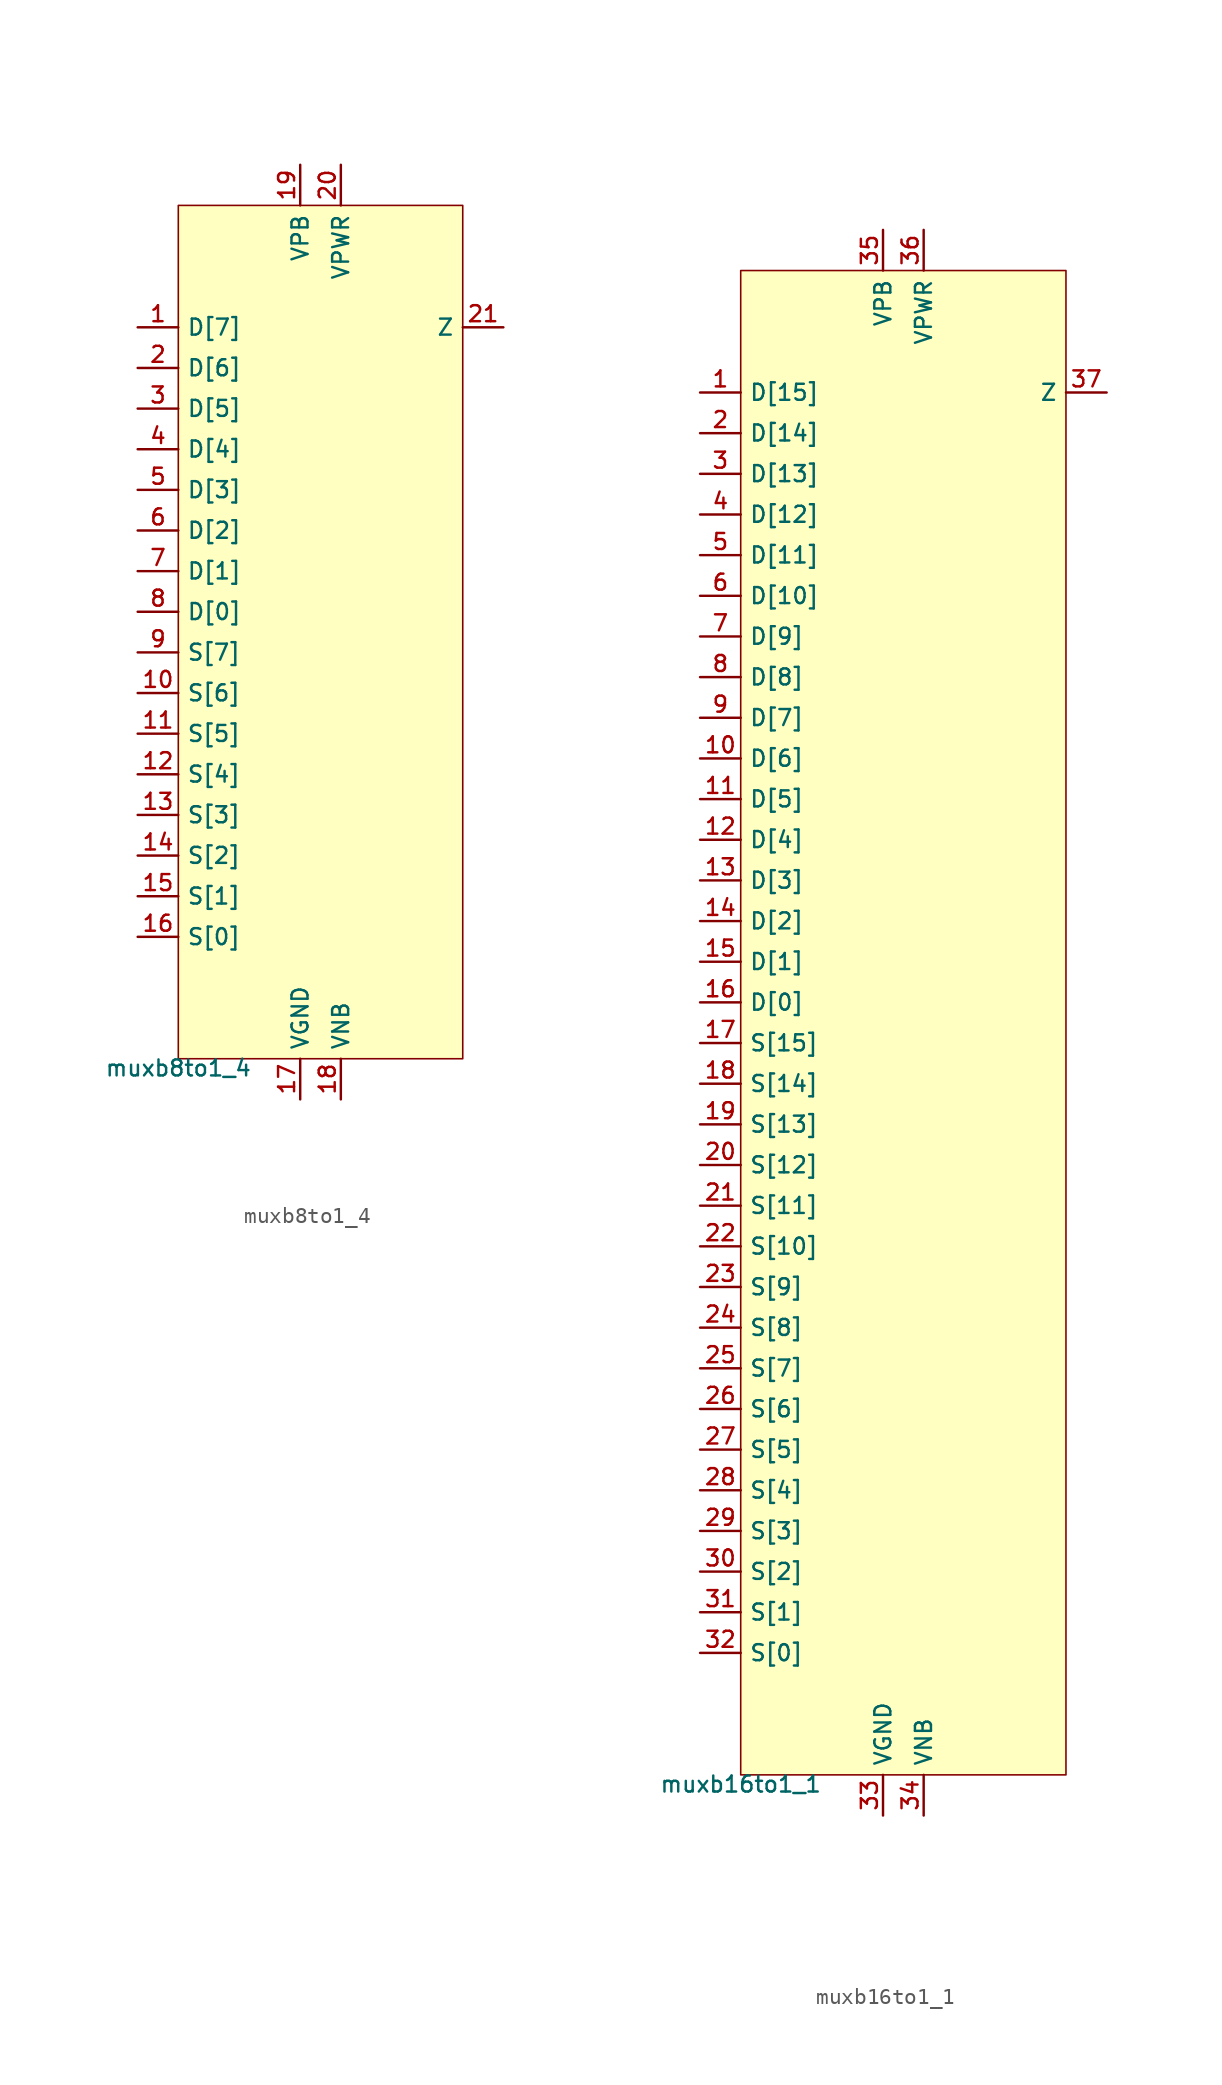
<source format=kicad_sym>
(kicad_symbol_lib
  (version 20211014)
  (generator pdk2kicad)
  (symbol "muxb8to1_4"
    (property "Reference" "X"
      (at 0 0 0)
      (effects (font (size 1 1)) hide))
    (property "Value" "muxb8to1_4"
      (at -8.89 -26.67 0)
      (effects (font (size 1 1)) (justify top)))
    (rectangle
      (start -8.89 -26.67)
      (end 8.89 26.67)
      (stroke (width 0.1) (type solid) (color 0 0 0 0))
      (fill (type background)))
    (pin input line
      (at -11.43 19.05 0)
      (length 2.54)
      (name "D[7]" (effects (font (size 1 1)) hide))
      (number "1" (effects (font (size 1 1)) hide)))
    (pin input line
      (at -11.43 16.51 0)
      (length 2.54)
      (name "D[6]" (effects (font (size 1 1)) hide))
      (number "2" (effects (font (size 1 1)) hide)))
    (pin input line
      (at -11.43 13.97 0)
      (length 2.54)
      (name "D[5]" (effects (font (size 1 1)) hide))
      (number "3" (effects (font (size 1 1)) hide)))
    (pin input line
      (at -11.43 11.43 0)
      (length 2.54)
      (name "D[4]" (effects (font (size 1 1)) hide))
      (number "4" (effects (font (size 1 1)) hide)))
    (pin input line
      (at -11.43 8.89 0)
      (length 2.54)
      (name "D[3]" (effects (font (size 1 1)) hide))
      (number "5" (effects (font (size 1 1)) hide)))
    (pin input line
      (at -11.43 6.35 0)
      (length 2.54)
      (name "D[2]" (effects (font (size 1 1)) hide))
      (number "6" (effects (font (size 1 1)) hide)))
    (pin input line
      (at -11.43 3.81 0)
      (length 2.54)
      (name "D[1]" (effects (font (size 1 1)) hide))
      (number "7" (effects (font (size 1 1)) hide)))
    (pin input line
      (at -11.43 1.27 0)
      (length 2.54)
      (name "D[0]" (effects (font (size 1 1)) hide))
      (number "8" (effects (font (size 1 1)) hide)))
    (pin input line
      (at -11.43 -1.27 0)
      (length 2.54)
      (name "S[7]" (effects (font (size 1 1)) hide))
      (number "9" (effects (font (size 1 1)) hide)))
    (pin input line
      (at -11.43 -3.81 0)
      (length 2.54)
      (name "S[6]" (effects (font (size 1 1)) hide))
      (number "10" (effects (font (size 1 1)) hide)))
    (pin input line
      (at -11.43 -6.35 0)
      (length 2.54)
      (name "S[5]" (effects (font (size 1 1)) hide))
      (number "11" (effects (font (size 1 1)) hide)))
    (pin input line
      (at -11.43 -8.89 0)
      (length 2.54)
      (name "S[4]" (effects (font (size 1 1)) hide))
      (number "12" (effects (font (size 1 1)) hide)))
    (pin input line
      (at -11.43 -11.43 0)
      (length 2.54)
      (name "S[3]" (effects (font (size 1 1)) hide))
      (number "13" (effects (font (size 1 1)) hide)))
    (pin input line
      (at -11.43 -13.97 0)
      (length 2.54)
      (name "S[2]" (effects (font (size 1 1)) hide))
      (number "14" (effects (font (size 1 1)) hide)))
    (pin input line
      (at -11.43 -16.51 0)
      (length 2.54)
      (name "S[1]" (effects (font (size 1 1)) hide))
      (number "15" (effects (font (size 1 1)) hide)))
    (pin input line
      (at -11.43 -19.05 0)
      (length 2.54)
      (name "S[0]" (effects (font (size 1 1)) hide))
      (number "16" (effects (font (size 1 1)) hide)))
    (pin power_in line
      (at -1.27 -29.21 90)
      (length 2.54)
      (name "VGND" (effects (font (size 1 1)) hide))
      (number "17" (effects (font (size 1 1)) hide)))
    (pin power_in line
      (at 1.27 -29.21 90)
      (length 2.54)
      (name "VNB" (effects (font (size 1 1)) hide))
      (number "18" (effects (font (size 1 1)) hide)))
    (pin power_in line
      (at -1.27 29.21 270)
      (length 2.54)
      (name "VPB" (effects (font (size 1 1)) hide))
      (number "19" (effects (font (size 1 1)) hide)))
    (pin power_in line
      (at 1.27 29.21 270)
      (length 2.54)
      (name "VPWR" (effects (font (size 1 1)) hide))
      (number "20" (effects (font (size 1 1)) hide)))
    (pin output line
      (at 11.43 19.05 180)
      (length 2.54)
      (name "Z" (effects (font (size 1 1)) hide))
      (number "21" (effects (font (size 1 1)) hide))))
  (symbol "muxb16to1_1"
    (property "Reference" "X"
      (at 0 0 0)
      (effects (font (size 1 1)) hide))
    (property "Value" "muxb16to1_1"
      (at -10.16 -46.99 0)
      (effects (font (size 1 1)) (justify top)))
    (rectangle
      (start -10.16 -46.99)
      (end 10.16 46.99)
      (stroke (width 0.1) (type solid) (color 0 0 0 0))
      (fill (type background)))
    (pin input line
      (at -12.7 39.37 0)
      (length 2.54)
      (name "D[15]" (effects (font (size 1 1)) hide))
      (number "1" (effects (font (size 1 1)) hide)))
    (pin input line
      (at -12.7 36.83 0)
      (length 2.54)
      (name "D[14]" (effects (font (size 1 1)) hide))
      (number "2" (effects (font (size 1 1)) hide)))
    (pin input line
      (at -12.7 34.29 0)
      (length 2.54)
      (name "D[13]" (effects (font (size 1 1)) hide))
      (number "3" (effects (font (size 1 1)) hide)))
    (pin input line
      (at -12.7 31.75 0)
      (length 2.54)
      (name "D[12]" (effects (font (size 1 1)) hide))
      (number "4" (effects (font (size 1 1)) hide)))
    (pin input line
      (at -12.7 29.21 0)
      (length 2.54)
      (name "D[11]" (effects (font (size 1 1)) hide))
      (number "5" (effects (font (size 1 1)) hide)))
    (pin input line
      (at -12.7 26.67 0)
      (length 2.54)
      (name "D[10]" (effects (font (size 1 1)) hide))
      (number "6" (effects (font (size 1 1)) hide)))
    (pin input line
      (at -12.7 24.13 0)
      (length 2.54)
      (name "D[9]" (effects (font (size 1 1)) hide))
      (number "7" (effects (font (size 1 1)) hide)))
    (pin input line
      (at -12.7 21.59 0)
      (length 2.54)
      (name "D[8]" (effects (font (size 1 1)) hide))
      (number "8" (effects (font (size 1 1)) hide)))
    (pin input line
      (at -12.7 19.05 0)
      (length 2.54)
      (name "D[7]" (effects (font (size 1 1)) hide))
      (number "9" (effects (font (size 1 1)) hide)))
    (pin input line
      (at -12.7 16.51 0)
      (length 2.54)
      (name "D[6]" (effects (font (size 1 1)) hide))
      (number "10" (effects (font (size 1 1)) hide)))
    (pin input line
      (at -12.7 13.97 0)
      (length 2.54)
      (name "D[5]" (effects (font (size 1 1)) hide))
      (number "11" (effects (font (size 1 1)) hide)))
    (pin input line
      (at -12.7 11.43 0)
      (length 2.54)
      (name "D[4]" (effects (font (size 1 1)) hide))
      (number "12" (effects (font (size 1 1)) hide)))
    (pin input line
      (at -12.7 8.89 0)
      (length 2.54)
      (name "D[3]" (effects (font (size 1 1)) hide))
      (number "13" (effects (font (size 1 1)) hide)))
    (pin input line
      (at -12.7 6.35 0)
      (length 2.54)
      (name "D[2]" (effects (font (size 1 1)) hide))
      (number "14" (effects (font (size 1 1)) hide)))
    (pin input line
      (at -12.7 3.81 0)
      (length 2.54)
      (name "D[1]" (effects (font (size 1 1)) hide))
      (number "15" (effects (font (size 1 1)) hide)))
    (pin input line
      (at -12.7 1.27 0)
      (length 2.54)
      (name "D[0]" (effects (font (size 1 1)) hide))
      (number "16" (effects (font (size 1 1)) hide)))
    (pin input line
      (at -12.7 -1.27 0)
      (length 2.54)
      (name "S[15]" (effects (font (size 1 1)) hide))
      (number "17" (effects (font (size 1 1)) hide)))
    (pin input line
      (at -12.7 -3.81 0)
      (length 2.54)
      (name "S[14]" (effects (font (size 1 1)) hide))
      (number "18" (effects (font (size 1 1)) hide)))
    (pin input line
      (at -12.7 -6.35 0)
      (length 2.54)
      (name "S[13]" (effects (font (size 1 1)) hide))
      (number "19" (effects (font (size 1 1)) hide)))
    (pin input line
      (at -12.7 -8.89 0)
      (length 2.54)
      (name "S[12]" (effects (font (size 1 1)) hide))
      (number "20" (effects (font (size 1 1)) hide)))
    (pin input line
      (at -12.7 -11.43 0)
      (length 2.54)
      (name "S[11]" (effects (font (size 1 1)) hide))
      (number "21" (effects (font (size 1 1)) hide)))
    (pin input line
      (at -12.7 -13.97 0)
      (length 2.54)
      (name "S[10]" (effects (font (size 1 1)) hide))
      (number "22" (effects (font (size 1 1)) hide)))
    (pin input line
      (at -12.7 -16.51 0)
      (length 2.54)
      (name "S[9]" (effects (font (size 1 1)) hide))
      (number "23" (effects (font (size 1 1)) hide)))
    (pin input line
      (at -12.7 -19.05 0)
      (length 2.54)
      (name "S[8]" (effects (font (size 1 1)) hide))
      (number "24" (effects (font (size 1 1)) hide)))
    (pin input line
      (at -12.7 -21.59 0)
      (length 2.54)
      (name "S[7]" (effects (font (size 1 1)) hide))
      (number "25" (effects (font (size 1 1)) hide)))
    (pin input line
      (at -12.7 -24.13 0)
      (length 2.54)
      (name "S[6]" (effects (font (size 1 1)) hide))
      (number "26" (effects (font (size 1 1)) hide)))
    (pin input line
      (at -12.7 -26.67 0)
      (length 2.54)
      (name "S[5]" (effects (font (size 1 1)) hide))
      (number "27" (effects (font (size 1 1)) hide)))
    (pin input line
      (at -12.7 -29.21 0)
      (length 2.54)
      (name "S[4]" (effects (font (size 1 1)) hide))
      (number "28" (effects (font (size 1 1)) hide)))
    (pin input line
      (at -12.7 -31.75 0)
      (length 2.54)
      (name "S[3]" (effects (font (size 1 1)) hide))
      (number "29" (effects (font (size 1 1)) hide)))
    (pin input line
      (at -12.7 -34.29 0)
      (length 2.54)
      (name "S[2]" (effects (font (size 1 1)) hide))
      (number "30" (effects (font (size 1 1)) hide)))
    (pin input line
      (at -12.7 -36.83 0)
      (length 2.54)
      (name "S[1]" (effects (font (size 1 1)) hide))
      (number "31" (effects (font (size 1 1)) hide)))
    (pin input line
      (at -12.7 -39.37 0)
      (length 2.54)
      (name "S[0]" (effects (font (size 1 1)) hide))
      (number "32" (effects (font (size 1 1)) hide)))
    (pin power_in line
      (at -1.27 -49.53 90)
      (length 2.54)
      (name "VGND" (effects (font (size 1 1)) hide))
      (number "33" (effects (font (size 1 1)) hide)))
    (pin power_in line
      (at 1.27 -49.53 90)
      (length 2.54)
      (name "VNB" (effects (font (size 1 1)) hide))
      (number "34" (effects (font (size 1 1)) hide)))
    (pin power_in line
      (at -1.27 49.53 270)
      (length 2.54)
      (name "VPB" (effects (font (size 1 1)) hide))
      (number "35" (effects (font (size 1 1)) hide)))
    (pin power_in line
      (at 1.27 49.53 270)
      (length 2.54)
      (name "VPWR" (effects (font (size 1 1)) hide))
      (number "36" (effects (font (size 1 1)) hide)))
    (pin output line
      (at 12.7 39.37 180)
      (length 2.54)
      (name "Z" (effects (font (size 1 1)) hide))
      (number "37" (effects (font (size 1 1)) hide)))))
</source>
